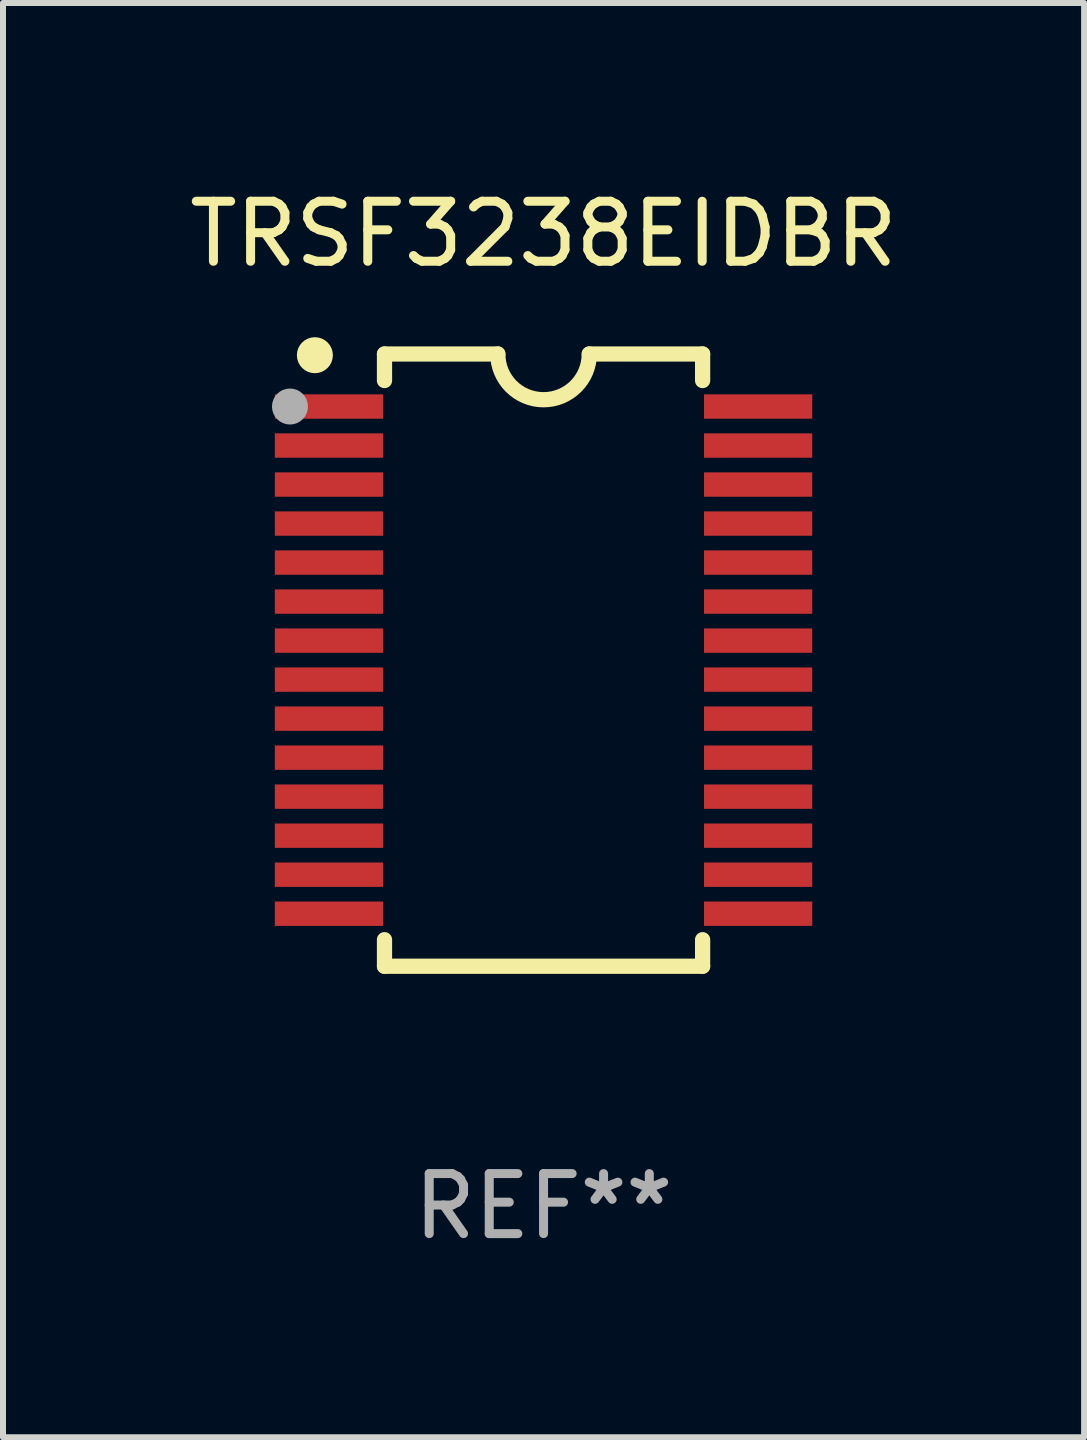
<source format=kicad_pcb>
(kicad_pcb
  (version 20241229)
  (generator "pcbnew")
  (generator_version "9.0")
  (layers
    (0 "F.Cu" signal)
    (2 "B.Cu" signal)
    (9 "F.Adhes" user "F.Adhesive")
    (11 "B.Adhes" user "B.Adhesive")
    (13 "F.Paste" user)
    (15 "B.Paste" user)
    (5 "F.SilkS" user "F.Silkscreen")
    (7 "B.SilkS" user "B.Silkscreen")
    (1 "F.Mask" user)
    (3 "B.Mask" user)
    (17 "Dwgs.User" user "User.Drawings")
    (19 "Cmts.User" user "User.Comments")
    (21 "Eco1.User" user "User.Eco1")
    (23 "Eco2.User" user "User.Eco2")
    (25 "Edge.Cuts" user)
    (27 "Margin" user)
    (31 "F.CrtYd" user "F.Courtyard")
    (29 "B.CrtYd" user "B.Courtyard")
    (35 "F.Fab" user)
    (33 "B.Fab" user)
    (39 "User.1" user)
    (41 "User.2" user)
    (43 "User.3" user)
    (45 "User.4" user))
  (footprint "TRSF3238EIDBR"
    (layer "F.Cu")
    (at 6.006 7.948)
    (property "Reference" "TRSF3238EIDBR" (at 0 -7.1 0) (layer "F.SilkS") (effects (font (size 1 1) (thickness 0.15))))
    (attr through_hole)
    (fp_line (start -2.65 -5.1) (end -0.762 -5.1) (stroke (width 0.254) (type solid)) (layer "F.SilkS"))
    (fp_line (start -2.65 -4.658) (end -2.65 -5.1) (stroke (width 0.254) (type solid)) (layer "F.SilkS"))
    (fp_line (start -2.65 5.1) (end -2.65 4.658) (stroke (width 0.254) (type solid)) (layer "F.SilkS"))
    (fp_line (start -2.65 5.1) (end 2.65 5.1) (stroke (width 0.254) (type solid)) (layer "F.SilkS"))
    (fp_line (start 2.65 -5.1) (end 0.762 -5.1) (stroke (width 0.254) (type solid)) (layer "F.SilkS"))
    (fp_line (start 2.65 -5.1) (end 2.65 -4.658) (stroke (width 0.254) (type solid)) (layer "F.SilkS"))
    (fp_line (start 2.65 4.658) (end 2.65 5.1) (stroke (width 0.254) (type solid)) (layer "F.SilkS"))
    (fp_arc (start 0.761925 -5.1) (mid -0.000241 -4.338329) (end -0.762077 -5.10033) (stroke (width 0.254001) (type solid)) (layer "F.SilkS"))
    (fp_circle (center -3.858 -5.07) (end -3.828 -5.07) (stroke (width 0.06) (type solid)) (fill no) (layer "F.SilkS"))
    (fp_circle (center -3.81 -5.08) (end -3.66 -5.08) (stroke (width 0.3) (type solid)) (fill no) (layer "F.SilkS"))
    (fp_circle (center -4.225 -4.225) (end -4.075 -4.225) (stroke (width 0.3) (type solid)) (fill no) (layer "F.Fab"))
    (fp_text user "REF**" (at 0 9.1 0) (layer "F.Fab") (effects (font (size 1 1) (thickness 0.15))))
    (pad "1" smd rect (at -3.575 -4.225) (size 1.803 0.406) (layers "F.Cu" "F.Mask" "F.Paste"))
    (pad "2" smd rect (at -3.575 -3.575) (size 1.803 0.406) (layers "F.Cu" "F.Mask" "F.Paste"))
    (pad "3" smd rect (at -3.575 -2.925) (size 1.803 0.406) (layers "F.Cu" "F.Mask" "F.Paste"))
    (pad "4" smd rect (at -3.575 -2.275) (size 1.803 0.406) (layers "F.Cu" "F.Mask" "F.Paste"))
    (pad "5" smd rect (at -3.575 -1.625) (size 1.803 0.406) (layers "F.Cu" "F.Mask" "F.Paste"))
    (pad "6" smd rect (at -3.575 -0.975) (size 1.803 0.406) (layers "F.Cu" "F.Mask" "F.Paste"))
    (pad "7" smd rect (at -3.575 -0.325) (size 1.803 0.406) (layers "F.Cu" "F.Mask" "F.Paste"))
    (pad "8" smd rect (at -3.575 0.325) (size 1.803 0.406) (layers "F.Cu" "F.Mask" "F.Paste"))
    (pad "9" smd rect (at -3.575 0.975) (size 1.803 0.406) (layers "F.Cu" "F.Mask" "F.Paste"))
    (pad "10" smd rect (at -3.575 1.625) (size 1.803 0.406) (layers "F.Cu" "F.Mask" "F.Paste"))
    (pad "11" smd rect (at -3.575 2.275) (size 1.803 0.406) (layers "F.Cu" "F.Mask" "F.Paste"))
    (pad "12" smd rect (at -3.575 2.925) (size 1.803 0.406) (layers "F.Cu" "F.Mask" "F.Paste"))
    (pad "13" smd rect (at -3.575 3.575) (size 1.803 0.406) (layers "F.Cu" "F.Mask" "F.Paste"))
    (pad "14" smd rect (at -3.575 4.225) (size 1.803 0.406) (layers "F.Cu" "F.Mask" "F.Paste"))
    (pad "15" smd rect (at 3.575 4.225) (size 1.803 0.406) (layers "F.Cu" "F.Mask" "F.Paste"))
    (pad "16" smd rect (at 3.575 3.575) (size 1.803 0.406) (layers "F.Cu" "F.Mask" "F.Paste"))
    (pad "17" smd rect (at 3.575 2.925) (size 1.803 0.406) (layers "F.Cu" "F.Mask" "F.Paste"))
    (pad "18" smd rect (at 3.575 2.275) (size 1.803 0.406) (layers "F.Cu" "F.Mask" "F.Paste"))
    (pad "19" smd rect (at 3.575 1.625) (size 1.803 0.406) (layers "F.Cu" "F.Mask" "F.Paste"))
    (pad "20" smd rect (at 3.575 0.975) (size 1.803 0.406) (layers "F.Cu" "F.Mask" "F.Paste"))
    (pad "21" smd rect (at 3.575 0.325) (size 1.803 0.406) (layers "F.Cu" "F.Mask" "F.Paste"))
    (pad "22" smd rect (at 3.575 -0.325) (size 1.803 0.406) (layers "F.Cu" "F.Mask" "F.Paste"))
    (pad "23" smd rect (at 3.575 -0.975) (size 1.803 0.406) (layers "F.Cu" "F.Mask" "F.Paste"))
    (pad "24" smd rect (at 3.575 -1.625) (size 1.803 0.406) (layers "F.Cu" "F.Mask" "F.Paste"))
    (pad "25" smd rect (at 3.575 -2.275) (size 1.803 0.406) (layers "F.Cu" "F.Mask" "F.Paste"))
    (pad "26" smd rect (at 3.575 -2.925) (size 1.803 0.406) (layers "F.Cu" "F.Mask" "F.Paste"))
    (pad "27" smd rect (at 3.575 -3.575) (size 1.803 0.406) (layers "F.Cu" "F.Mask" "F.Paste"))
    (pad "28" smd rect (at 3.575 -4.225) (size 1.803 0.406) (layers "F.Cu" "F.Mask" "F.Paste")))
  (gr_rect
    (start -3 -3)
    (end 15.012 20.896)
    (stroke (width 0.1) (type default))
    (fill no)
    (layer "Edge.Cuts")))
</source>
